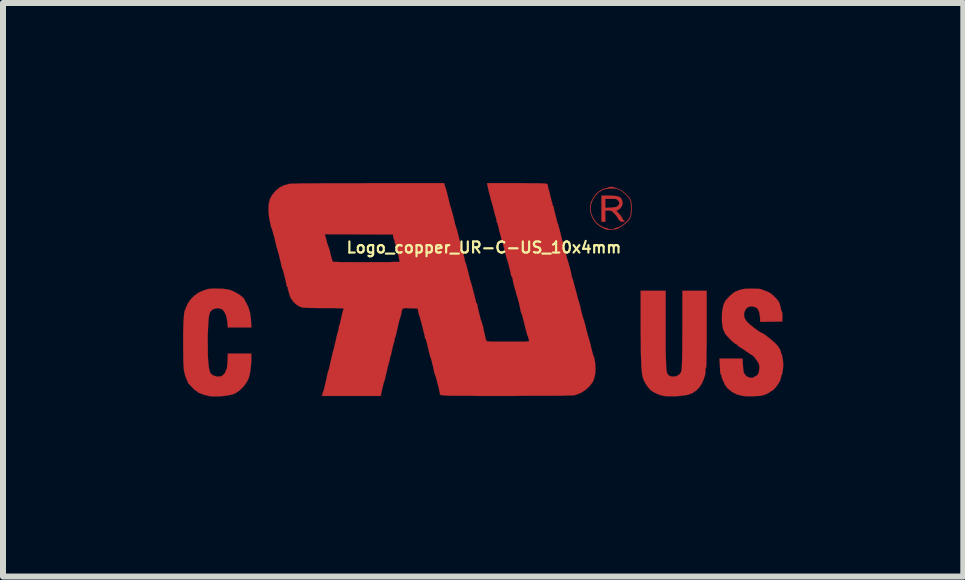
<source format=kicad_pcb>
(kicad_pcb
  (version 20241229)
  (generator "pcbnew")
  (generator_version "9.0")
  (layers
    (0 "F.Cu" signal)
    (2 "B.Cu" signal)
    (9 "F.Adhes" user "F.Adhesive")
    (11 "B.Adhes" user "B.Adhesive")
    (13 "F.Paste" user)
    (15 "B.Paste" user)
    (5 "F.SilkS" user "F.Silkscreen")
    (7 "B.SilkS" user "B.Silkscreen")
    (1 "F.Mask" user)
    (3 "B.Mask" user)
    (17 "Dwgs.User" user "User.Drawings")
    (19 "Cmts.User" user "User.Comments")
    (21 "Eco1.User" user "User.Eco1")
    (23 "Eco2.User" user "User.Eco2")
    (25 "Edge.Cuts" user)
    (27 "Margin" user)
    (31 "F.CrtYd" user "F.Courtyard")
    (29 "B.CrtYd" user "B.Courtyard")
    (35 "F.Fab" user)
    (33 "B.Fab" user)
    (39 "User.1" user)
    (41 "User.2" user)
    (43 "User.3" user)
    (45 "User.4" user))
  (footprint "Logo_copper_UR-C-US_10x4mm"
    (layer "F.Cu")
    (at 5.013 1.774)
    (property "Reference" "Logo_copper_UR-C-US_10x4mm" (at 0 -0.7 0) (layer "F.SilkS") (effects (font (size 0.185 0.185) (thickness 0.036))))
    (attr exclude_from_pos_files exclude_from_bom)
    (fp_poly (pts (xy 2.342 -1.138) (xy 2.334 -1.13) (xy 2.314 -1.13) (xy 2.289 -1.133) (xy 2.268 -1.143) (xy 2.261 -1.148) (xy 2.243 -1.171) (xy 2.228 -1.196) (xy 2.212 -1.222) (xy 2.187 -1.252) (xy 2.169 -1.27) (xy 2.144 -1.295) (xy 2.123 -1.311) (xy 2.101 -1.316) (xy 2.075 -1.316) (xy 2.022 -1.316) (xy 2.022 -1.222) (xy 2.022 -1.128) (xy 1.989 -1.128) (xy 1.958 -1.128) (xy 1.958 -1.346) (xy 1.958 -1.565) (xy 2.083 -1.565) (xy 2.154 -1.562) (xy 2.205 -1.557) (xy 2.243 -1.549) (xy 2.271 -1.534) (xy 2.289 -1.514) (xy 2.294 -1.504) (xy 2.311 -1.455) (xy 2.306 -1.407) (xy 2.281 -1.364) (xy 2.258 -1.341) (xy 2.258 -1.433) (xy 2.25 -1.463) (xy 2.233 -1.486) (xy 2.22 -1.499) (xy 2.205 -1.506) (xy 2.184 -1.511) (xy 2.154 -1.511) (xy 2.116 -1.511) (xy 2.022 -1.511) (xy 2.022 -1.438) (xy 2.022 -1.361) (xy 2.103 -1.364) (xy 2.146 -1.367) (xy 2.182 -1.372) (xy 2.207 -1.377) (xy 2.21 -1.379) (xy 2.243 -1.405) (xy 2.258 -1.433) (xy 2.258 -1.341) (xy 2.256 -1.341) (xy 2.23 -1.323) (xy 2.225 -1.321) (xy 2.212 -1.318) (xy 2.21 -1.311) (xy 2.217 -1.298) (xy 2.238 -1.275) (xy 2.243 -1.273) (xy 2.271 -1.24) (xy 2.294 -1.206) (xy 2.304 -1.189) (xy 2.316 -1.163) (xy 2.329 -1.151) (xy 2.332 -1.151) (xy 2.342 -1.14) (xy 2.342 -1.138)) (stroke (width 0.003) (type solid)) (fill yes) (layer "F.Cu"))
    (fp_poly (pts (xy 3.711 0.658) (xy 3.711 0.805) (xy 3.711 0.932) (xy 3.708 1.039) (xy 3.708 1.128) (xy 3.706 1.196) (xy 3.706 1.247) (xy 3.703 1.283) (xy 3.701 1.298) (xy 3.701 1.3) (xy 3.693 1.313) (xy 3.691 1.341) (xy 3.691 1.351) (xy 3.691 1.382) (xy 3.688 1.405) (xy 3.688 1.41) (xy 3.683 1.427) (xy 3.673 1.458) (xy 3.663 1.491) (xy 3.632 1.565) (xy 3.586 1.633) (xy 3.546 1.674) (xy 3.526 1.692) (xy 3.51 1.699) (xy 3.498 1.707) (xy 3.49 1.714) (xy 3.475 1.725) (xy 3.444 1.737) (xy 3.406 1.75) (xy 3.399 1.753) (xy 3.348 1.763) (xy 3.279 1.77) (xy 3.205 1.778) (xy 3.129 1.778) (xy 3.058 1.778) (xy 2.997 1.773) (xy 2.99 1.77) (xy 2.934 1.758) (xy 2.873 1.732) (xy 2.814 1.702) (xy 2.774 1.671) (xy 2.733 1.626) (xy 2.695 1.57) (xy 2.664 1.511) (xy 2.647 1.463) (xy 2.639 1.43) (xy 2.634 1.394) (xy 2.629 1.351) (xy 2.624 1.298) (xy 2.621 1.237) (xy 2.619 1.166) (xy 2.616 1.079) (xy 2.614 0.98) (xy 2.614 0.864) (xy 2.611 0.729) (xy 2.611 0.597) (xy 2.611 0.02) (xy 2.819 0.02) (xy 3.028 0.02) (xy 3.028 0.627) (xy 3.028 0.775) (xy 3.028 0.902) (xy 3.028 1.011) (xy 3.03 1.102) (xy 3.033 1.181) (xy 3.035 1.245) (xy 3.038 1.295) (xy 3.04 1.336) (xy 3.045 1.367) (xy 3.051 1.389) (xy 3.056 1.402) (xy 3.058 1.407) (xy 3.086 1.435) (xy 3.127 1.45) (xy 3.172 1.45) (xy 3.216 1.44) (xy 3.254 1.415) (xy 3.256 1.412) (xy 3.274 1.392) (xy 3.287 1.367) (xy 3.294 1.331) (xy 3.297 1.311) (xy 3.297 1.285) (xy 3.299 1.245) (xy 3.302 1.186) (xy 3.302 1.113) (xy 3.305 1.026) (xy 3.305 0.932) (xy 3.305 0.828) (xy 3.307 0.719) (xy 3.307 0.627) (xy 3.307 0.02) (xy 3.508 0.02) (xy 3.711 0.02) (xy 3.711 0.658)) (stroke (width 0.003) (type solid)) (fill yes) (layer "F.Cu"))
    (fp_poly (pts (xy 2.461 -1.356) (xy 2.459 -1.285) (xy 2.451 -1.229) (xy 2.451 -1.344) (xy 2.451 -1.351) (xy 2.449 -1.402) (xy 2.449 -1.44) (xy 2.443 -1.466) (xy 2.436 -1.486) (xy 2.426 -1.509) (xy 2.423 -1.514) (xy 2.393 -1.554) (xy 2.349 -1.595) (xy 2.301 -1.636) (xy 2.256 -1.664) (xy 2.248 -1.666) (xy 2.207 -1.679) (xy 2.154 -1.684) (xy 2.093 -1.684) (xy 2.035 -1.676) (xy 1.986 -1.664) (xy 1.974 -1.659) (xy 1.908 -1.618) (xy 1.854 -1.562) (xy 1.811 -1.491) (xy 1.783 -1.412) (xy 1.775 -1.341) (xy 1.788 -1.267) (xy 1.819 -1.196) (xy 1.862 -1.128) (xy 1.88 -1.11) (xy 1.913 -1.082) (xy 1.953 -1.057) (xy 1.994 -1.036) (xy 2.027 -1.026) (xy 2.035 -1.026) (xy 2.057 -1.021) (xy 2.068 -1.013) (xy 2.08 -1.008) (xy 2.108 -1.006) (xy 2.118 -1.003) (xy 2.149 -1.006) (xy 2.167 -1.011) (xy 2.172 -1.013) (xy 2.184 -1.024) (xy 2.2 -1.026) (xy 2.235 -1.034) (xy 2.276 -1.054) (xy 2.322 -1.085) (xy 2.365 -1.123) (xy 2.403 -1.161) (xy 2.423 -1.191) (xy 2.436 -1.214) (xy 2.443 -1.234) (xy 2.446 -1.26) (xy 2.449 -1.295) (xy 2.451 -1.344) (xy 2.451 -1.229) (xy 2.433 -1.184) (xy 2.405 -1.146) (xy 2.365 -1.105) (xy 2.309 -1.064) (xy 2.294 -1.054) (xy 2.256 -1.029) (xy 2.228 -1.013) (xy 2.2 -1.006) (xy 2.167 -1.001) (xy 2.144 -1.001) (xy 2.103 -0.998) (xy 2.068 -0.998) (xy 2.042 -1.001) (xy 2.007 -1.013) (xy 1.961 -1.036) (xy 1.915 -1.067) (xy 1.877 -1.097) (xy 1.862 -1.113) (xy 1.824 -1.163) (xy 1.793 -1.227) (xy 1.773 -1.293) (xy 1.768 -1.318) (xy 1.768 -1.384) (xy 1.783 -1.453) (xy 1.816 -1.521) (xy 1.859 -1.585) (xy 1.877 -1.603) (xy 1.918 -1.636) (xy 1.961 -1.664) (xy 2.004 -1.681) (xy 2.04 -1.689) (xy 2.06 -1.694) (xy 2.068 -1.699) (xy 2.083 -1.707) (xy 2.108 -1.709) (xy 2.139 -1.709) (xy 2.167 -1.704) (xy 2.174 -1.699) (xy 2.195 -1.692) (xy 2.225 -1.681) (xy 2.233 -1.679) (xy 2.268 -1.664) (xy 2.309 -1.638) (xy 2.352 -1.603) (xy 2.393 -1.565) (xy 2.426 -1.529) (xy 2.438 -1.509) (xy 2.449 -1.486) (xy 2.454 -1.46) (xy 2.459 -1.425) (xy 2.461 -1.379) (xy 2.461 -1.356)) (stroke (width 0.003) (type solid)) (fill yes) (layer "F.Cu"))
    (fp_poly (pts (xy -3.873 0.632) (xy -4.072 0.632) (xy -4.267 0.632) (xy -4.275 0.544) (xy -4.285 0.472) (xy -4.305 0.411) (xy -4.331 0.363) (xy -4.361 0.33) (xy -4.379 0.323) (xy -4.432 0.31) (xy -4.483 0.318) (xy -4.526 0.335) (xy -4.557 0.371) (xy -4.567 0.386) (xy -4.577 0.424) (xy -4.587 0.483) (xy -4.592 0.559) (xy -4.597 0.65) (xy -4.602 0.759) (xy -4.602 0.869) (xy -4.6 0.993) (xy -4.6 1.1) (xy -4.595 1.189) (xy -4.587 1.26) (xy -4.58 1.318) (xy -4.569 1.359) (xy -4.557 1.389) (xy -4.547 1.405) (xy -4.506 1.433) (xy -4.455 1.45) (xy -4.404 1.45) (xy -4.374 1.443) (xy -4.346 1.425) (xy -4.321 1.397) (xy -4.305 1.372) (xy -4.303 1.356) (xy -4.295 1.339) (xy -4.29 1.333) (xy -4.285 1.323) (xy -4.28 1.293) (xy -4.275 1.245) (xy -4.272 1.199) (xy -4.267 1.067) (xy -4.072 1.067) (xy -3.876 1.067) (xy -3.876 1.163) (xy -3.879 1.234) (xy -3.886 1.308) (xy -3.896 1.379) (xy -3.909 1.443) (xy -3.919 1.476) (xy -3.955 1.547) (xy -4.003 1.613) (xy -4.064 1.674) (xy -4.13 1.722) (xy -4.145 1.73) (xy -4.186 1.745) (xy -4.244 1.76) (xy -4.31 1.77) (xy -4.381 1.778) (xy -4.455 1.781) (xy -4.521 1.781) (xy -4.577 1.775) (xy -4.592 1.77) (xy -4.641 1.76) (xy -4.686 1.745) (xy -4.727 1.73) (xy -4.757 1.717) (xy -4.773 1.704) (xy -4.785 1.692) (xy -4.793 1.689) (xy -4.806 1.681) (xy -4.829 1.664) (xy -4.854 1.638) (xy -4.882 1.608) (xy -4.907 1.58) (xy -4.928 1.557) (xy -4.935 1.544) (xy -4.938 1.532) (xy -4.948 1.506) (xy -4.953 1.496) (xy -4.963 1.471) (xy -4.971 1.453) (xy -4.971 1.45) (xy -4.976 1.438) (xy -4.978 1.43) (xy -4.986 1.402) (xy -4.994 1.367) (xy -5.001 1.321) (xy -5.004 1.262) (xy -5.009 1.189) (xy -5.009 1.102) (xy -5.011 0.996) (xy -5.011 0.886) (xy -5.011 0.754) (xy -5.009 0.643) (xy -5.006 0.549) (xy -5.001 0.472) (xy -4.996 0.414) (xy -4.991 0.371) (xy -4.981 0.343) (xy -4.978 0.338) (xy -4.971 0.323) (xy -4.971 0.32) (xy -4.95 0.267) (xy -4.917 0.208) (xy -4.874 0.15) (xy -4.823 0.102) (xy -4.773 0.064) (xy -4.755 0.053) (xy -4.704 0.03) (xy -4.666 0.013) (xy -4.641 0.005) (xy -4.638 0.003) (xy -4.62 0) (xy -4.608 -0.005) (xy -4.587 -0.01) (xy -4.552 -0.013) (xy -4.506 -0.015) (xy -4.455 -0.015) (xy -4.402 -0.013) (xy -4.356 -0.013) (xy -4.315 -0.008) (xy -4.288 -0.005) (xy -4.28 0) (xy -4.262 0.003) (xy -4.257 0.003) (xy -4.244 0) (xy -4.227 0.008) (xy -4.204 0.018) (xy -4.171 0.033) (xy -4.143 0.046) (xy -4.11 0.064) (xy -4.074 0.086) (xy -4.039 0.112) (xy -4.011 0.137) (xy -3.993 0.157) (xy -3.99 0.165) (xy -3.985 0.178) (xy -3.973 0.203) (xy -3.957 0.229) (xy -3.922 0.302) (xy -3.896 0.394) (xy -3.881 0.5) (xy -3.881 0.526) (xy -3.873 0.632)) (stroke (width 0.003) (type solid)) (fill yes) (layer "F.Cu"))
    (fp_poly (pts (xy 4.986 1.273) (xy 4.983 1.308) (xy 4.981 1.336) (xy 4.978 1.351) (xy 4.971 1.364) (xy 4.973 1.382) (xy 4.973 1.402) (xy 4.966 1.412) (xy 4.956 1.427) (xy 4.956 1.44) (xy 4.95 1.46) (xy 4.943 1.491) (xy 4.933 1.519) (xy 4.915 1.552) (xy 4.892 1.587) (xy 4.864 1.626) (xy 4.836 1.656) (xy 4.813 1.679) (xy 4.796 1.689) (xy 4.793 1.689) (xy 4.778 1.697) (xy 4.77 1.704) (xy 4.757 1.714) (xy 4.729 1.73) (xy 4.694 1.745) (xy 4.691 1.748) (xy 4.656 1.76) (xy 4.62 1.768) (xy 4.585 1.773) (xy 4.536 1.775) (xy 4.488 1.778) (xy 4.432 1.778) (xy 4.381 1.778) (xy 4.338 1.775) (xy 4.313 1.773) (xy 4.216 1.748) (xy 4.135 1.707) (xy 4.069 1.654) (xy 4.039 1.621) (xy 4.018 1.59) (xy 3.998 1.549) (xy 3.98 1.509) (xy 3.965 1.471) (xy 3.96 1.443) (xy 3.96 1.44) (xy 3.955 1.422) (xy 3.947 1.417) (xy 3.942 1.405) (xy 3.937 1.374) (xy 3.934 1.328) (xy 3.932 1.283) (xy 3.924 1.151) (xy 4.117 1.151) (xy 4.308 1.151) (xy 4.315 1.257) (xy 4.318 1.306) (xy 4.323 1.346) (xy 4.328 1.379) (xy 4.333 1.389) (xy 4.351 1.417) (xy 4.369 1.44) (xy 4.387 1.453) (xy 4.397 1.455) (xy 4.407 1.458) (xy 4.409 1.46) (xy 4.425 1.468) (xy 4.448 1.471) (xy 4.473 1.471) (xy 4.493 1.466) (xy 4.498 1.46) (xy 4.508 1.45) (xy 4.524 1.445) (xy 4.549 1.43) (xy 4.567 1.412) (xy 4.58 1.379) (xy 4.587 1.336) (xy 4.59 1.288) (xy 4.585 1.25) (xy 4.582 1.242) (xy 4.572 1.222) (xy 4.554 1.191) (xy 4.531 1.161) (xy 4.508 1.13) (xy 4.488 1.107) (xy 4.475 1.097) (xy 4.465 1.092) (xy 4.44 1.077) (xy 4.407 1.054) (xy 4.387 1.041) (xy 4.348 1.013) (xy 4.31 0.988) (xy 4.282 0.97) (xy 4.272 0.965) (xy 4.247 0.95) (xy 4.229 0.932) (xy 4.229 0.93) (xy 4.214 0.914) (xy 4.201 0.912) (xy 4.188 0.904) (xy 4.166 0.886) (xy 4.133 0.859) (xy 4.1 0.826) (xy 4.061 0.785) (xy 4.034 0.754) (xy 4.016 0.729) (xy 4.003 0.699) (xy 3.99 0.668) (xy 3.978 0.63) (xy 3.973 0.594) (xy 3.967 0.554) (xy 3.965 0.5) (xy 3.965 0.47) (xy 3.967 0.389) (xy 3.975 0.325) (xy 3.988 0.269) (xy 4.008 0.216) (xy 4.013 0.206) (xy 4.031 0.178) (xy 4.061 0.145) (xy 4.097 0.107) (xy 4.135 0.074) (xy 4.168 0.048) (xy 4.194 0.033) (xy 4.224 0.023) (xy 4.244 0.013) (xy 4.267 0.005) (xy 4.275 0.003) (xy 4.293 0) (xy 4.308 -0.005) (xy 4.326 -0.008) (xy 4.361 -0.013) (xy 4.407 -0.013) (xy 4.458 -0.015) (xy 4.508 -0.013) (xy 4.557 -0.013) (xy 4.595 -0.01) (xy 4.615 -0.005) (xy 4.618 -0.005) (xy 4.638 0) (xy 4.643 0.005) (xy 4.663 0.013) (xy 4.696 0.025) (xy 4.729 0.038) (xy 4.75 0.048) (xy 4.78 0.066) (xy 4.816 0.097) (xy 4.854 0.132) (xy 4.887 0.17) (xy 4.912 0.203) (xy 4.917 0.213) (xy 4.928 0.239) (xy 4.938 0.277) (xy 4.945 0.31) (xy 4.953 0.345) (xy 4.963 0.371) (xy 4.968 0.384) (xy 4.971 0.396) (xy 4.973 0.424) (xy 4.973 0.46) (xy 4.971 0.533) (xy 4.785 0.536) (xy 4.602 0.538) (xy 4.602 0.483) (xy 4.597 0.439) (xy 4.59 0.394) (xy 4.585 0.373) (xy 4.569 0.338) (xy 4.554 0.315) (xy 4.529 0.297) (xy 4.481 0.282) (xy 4.432 0.282) (xy 4.389 0.3) (xy 4.359 0.333) (xy 4.338 0.378) (xy 4.333 0.422) (xy 4.338 0.457) (xy 4.354 0.495) (xy 4.381 0.536) (xy 4.425 0.577) (xy 4.483 0.625) (xy 4.552 0.676) (xy 4.585 0.699) (xy 4.613 0.716) (xy 4.63 0.724) (xy 4.646 0.732) (xy 4.671 0.747) (xy 4.707 0.772) (xy 4.745 0.803) (xy 4.783 0.833) (xy 4.818 0.864) (xy 4.849 0.889) (xy 4.854 0.897) (xy 4.889 0.932) (xy 4.917 0.973) (xy 4.938 1.008) (xy 4.945 1.036) (xy 4.945 1.039) (xy 4.95 1.057) (xy 4.961 1.082) (xy 4.971 1.11) (xy 4.973 1.13) (xy 4.973 1.151) (xy 4.976 1.156) (xy 4.981 1.168) (xy 4.983 1.196) (xy 4.986 1.232) (xy 4.986 1.273)) (stroke (width 0.003) (type solid)) (fill yes) (layer "F.Cu"))
    (fp_poly (pts (xy 1.859 1.313) (xy 1.854 1.407) (xy 1.834 1.488) (xy 1.814 1.539) (xy 1.76 1.61) (xy 1.694 1.671) (xy 1.618 1.72) (xy 1.537 1.753) (xy 1.496 1.763) (xy 1.476 1.763) (xy 1.435 1.765) (xy 1.377 1.765) (xy 1.3 1.768) (xy 1.206 1.768) (xy 1.097 1.77) (xy 0.973 1.77) (xy 0.836 1.77) (xy 0.686 1.77) (xy 0.523 1.773) (xy 0.363 1.773) (xy 0.188 1.773) (xy 0.033 1.773) (xy -0.102 1.773) (xy -0.221 1.77) (xy -0.325 1.77) (xy -0.414 1.77) (xy -0.488 1.77) (xy -0.551 1.768) (xy -0.602 1.768) (xy -0.643 1.765) (xy -0.673 1.763) (xy -0.696 1.76) (xy -0.714 1.758) (xy -0.724 1.753) (xy -0.732 1.75) (xy -0.734 1.745) (xy -0.734 1.737) (xy -0.734 1.732) (xy -0.737 1.712) (xy -0.744 1.679) (xy -0.754 1.636) (xy -0.767 1.585) (xy -0.78 1.534) (xy -0.792 1.488) (xy -0.803 1.45) (xy -0.813 1.427) (xy -0.813 1.422) (xy -0.823 1.397) (xy -0.828 1.379) (xy -0.831 1.361) (xy -0.838 1.328) (xy -0.846 1.288) (xy -0.859 1.242) (xy -0.869 1.196) (xy -0.879 1.158) (xy -0.889 1.133) (xy -0.892 1.123) (xy -0.899 1.102) (xy -0.909 1.064) (xy -0.922 1.011) (xy -0.937 0.947) (xy -0.953 0.879) (xy -0.953 0.876) (xy -0.963 0.846) (xy -0.97 0.823) (xy -0.975 0.818) (xy -0.983 0.81) (xy -0.983 0.8) (xy -0.986 0.775) (xy -0.988 0.767) (xy -0.991 0.749) (xy -1.001 0.719) (xy -1.011 0.676) (xy -1.021 0.632) (xy -1.034 0.584) (xy -1.044 0.541) (xy -1.054 0.513) (xy -1.059 0.5) (xy -1.064 0.483) (xy -1.062 0.478) (xy -1.062 0.465) (xy -1.064 0.465) (xy -1.072 0.452) (xy -1.079 0.427) (xy -1.087 0.391) (xy -1.09 0.389) (xy -1.105 0.315) (xy -1.229 0.312) (xy -1.283 0.31) (xy -1.318 0.31) (xy -1.344 0.315) (xy -1.356 0.325) (xy -1.367 0.345) (xy -1.372 0.376) (xy -1.379 0.409) (xy -1.387 0.442) (xy -1.394 0.467) (xy -1.394 0.47) (xy -1.394 -0.462) (xy -1.407 -0.475) (xy -1.41 -0.483) (xy -1.412 -0.5) (xy -1.417 -0.533) (xy -1.427 -0.577) (xy -1.44 -0.625) (xy -1.453 -0.673) (xy -1.463 -0.716) (xy -1.473 -0.749) (xy -1.481 -0.77) (xy -1.483 -0.772) (xy -1.488 -0.792) (xy -1.488 -0.803) (xy -1.486 -0.815) (xy -1.491 -0.818) (xy -1.496 -0.828) (xy -1.504 -0.851) (xy -1.509 -0.866) (xy -1.516 -0.917) (xy -2.085 -0.919) (xy -2.652 -0.922) (xy -2.624 -0.82) (xy -2.614 -0.777) (xy -2.601 -0.742) (xy -2.593 -0.719) (xy -2.591 -0.714) (xy -2.586 -0.701) (xy -2.578 -0.676) (xy -2.57 -0.653) (xy -2.56 -0.607) (xy -2.548 -0.556) (xy -2.543 -0.538) (xy -2.532 -0.505) (xy -2.525 -0.478) (xy -2.522 -0.467) (xy -2.517 -0.465) (xy -2.504 -0.462) (xy -2.479 -0.46) (xy -2.443 -0.46) (xy -2.393 -0.457) (xy -2.329 -0.457) (xy -2.25 -0.457) (xy -2.154 -0.455) (xy -2.04 -0.455) (xy -1.951 -0.455) (xy -1.844 -0.457) (xy -1.745 -0.457) (xy -1.656 -0.457) (xy -1.575 -0.457) (xy -1.509 -0.46) (xy -1.455 -0.46) (xy -1.417 -0.46) (xy -1.397 -0.462) (xy -1.394 -0.462) (xy -1.394 0.47) (xy -1.4 0.475) (xy -1.402 0.488) (xy -1.41 0.516) (xy -1.42 0.556) (xy -1.433 0.607) (xy -1.44 0.643) (xy -1.453 0.696) (xy -1.463 0.744) (xy -1.473 0.782) (xy -1.481 0.805) (xy -1.486 0.81) (xy -1.491 0.823) (xy -1.488 0.831) (xy -1.488 0.851) (xy -1.491 0.856) (xy -1.496 0.869) (xy -1.504 0.897) (xy -1.516 0.94) (xy -1.527 0.988) (xy -1.529 0.993) (xy -1.539 1.044) (xy -1.549 1.087) (xy -1.56 1.118) (xy -1.565 1.133) (xy -1.57 1.148) (xy -1.567 1.156) (xy -1.567 1.176) (xy -1.572 1.184) (xy -1.577 1.199) (xy -1.587 1.229) (xy -1.598 1.273) (xy -1.61 1.323) (xy -1.615 1.346) (xy -1.628 1.402) (xy -1.641 1.45) (xy -1.648 1.488) (xy -1.656 1.514) (xy -1.659 1.519) (xy -1.664 1.537) (xy -1.674 1.57) (xy -1.684 1.613) (xy -1.689 1.631) (xy -1.699 1.676) (xy -1.707 1.714) (xy -1.714 1.742) (xy -1.714 1.748) (xy -1.72 1.773) (xy -2.207 1.773) (xy -2.697 1.773) (xy -2.69 1.737) (xy -2.682 1.712) (xy -2.675 1.694) (xy -2.67 1.681) (xy -2.662 1.651) (xy -2.652 1.608) (xy -2.639 1.554) (xy -2.626 1.499) (xy -2.614 1.44) (xy -2.606 1.4) (xy -2.598 1.372) (xy -2.591 1.354) (xy -2.591 1.351) (xy -2.586 1.339) (xy -2.578 1.308) (xy -2.568 1.267) (xy -2.558 1.214) (xy -2.55 1.186) (xy -2.537 1.13) (xy -2.527 1.079) (xy -2.517 1.041) (xy -2.51 1.016) (xy -2.507 1.011) (xy -2.502 0.993) (xy -2.494 0.96) (xy -2.484 0.914) (xy -2.471 0.861) (xy -2.466 0.838) (xy -2.454 0.782) (xy -2.441 0.734) (xy -2.431 0.696) (xy -2.423 0.671) (xy -2.423 0.665) (xy -2.416 0.645) (xy -2.418 0.635) (xy -2.418 0.622) (xy -2.416 0.617) (xy -2.41 0.602) (xy -2.4 0.572) (xy -2.39 0.531) (xy -2.38 0.483) (xy -2.377 0.475) (xy -2.367 0.427) (xy -2.357 0.384) (xy -2.347 0.351) (xy -2.342 0.335) (xy -2.337 0.32) (xy -2.339 0.318) (xy -2.349 0.315) (xy -2.38 0.312) (xy -2.426 0.312) (xy -2.484 0.31) (xy -2.553 0.31) (xy -2.629 0.31) (xy -2.659 0.31) (xy -2.741 0.31) (xy -2.817 0.307) (xy -2.888 0.307) (xy -2.946 0.305) (xy -2.992 0.302) (xy -3.023 0.3) (xy -3.025 0.3) (xy -3.081 0.279) (xy -3.134 0.244) (xy -3.183 0.193) (xy -3.221 0.137) (xy -3.244 0.076) (xy -3.249 0.053) (xy -3.256 0.025) (xy -3.261 0.008) (xy -3.264 0.005) (xy -3.269 -0.008) (xy -3.266 -0.02) (xy -3.266 -0.036) (xy -3.272 -0.041) (xy -3.282 -0.048) (xy -3.289 -0.071) (xy -3.289 -0.074) (xy -3.297 -0.114) (xy -3.307 -0.163) (xy -3.32 -0.213) (xy -3.332 -0.262) (xy -3.343 -0.302) (xy -3.35 -0.33) (xy -3.358 -0.345) (xy -3.365 -0.363) (xy -3.373 -0.389) (xy -3.373 -0.394) (xy -3.383 -0.442) (xy -3.396 -0.495) (xy -3.409 -0.549) (xy -3.421 -0.597) (xy -3.432 -0.635) (xy -3.439 -0.66) (xy -3.442 -0.668) (xy -3.447 -0.686) (xy -3.457 -0.719) (xy -3.467 -0.762) (xy -3.48 -0.815) (xy -3.482 -0.828) (xy -3.495 -0.881) (xy -3.51 -0.932) (xy -3.52 -0.97) (xy -3.528 -0.996) (xy -3.528 -0.998) (xy -3.546 -1.044) (xy -3.559 -1.105) (xy -3.574 -1.173) (xy -3.584 -1.242) (xy -3.589 -1.308) (xy -3.589 -1.346) (xy -3.584 -1.433) (xy -3.566 -1.504) (xy -3.533 -1.57) (xy -3.482 -1.631) (xy -3.475 -1.641) (xy -3.406 -1.699) (xy -3.33 -1.737) (xy -3.241 -1.76) (xy -3.221 -1.763) (xy -3.18 -1.765) (xy -3.119 -1.765) (xy -3.04 -1.768) (xy -2.944 -1.768) (xy -2.83 -1.768) (xy -2.697 -1.77) (xy -2.55 -1.77) (xy -2.388 -1.77) (xy -2.212 -1.77) (xy -2.019 -1.77) (xy -1.92 -1.773) (xy -0.663 -1.773) (xy -0.655 -1.742) (xy -0.648 -1.72) (xy -0.643 -1.704) (xy -0.638 -1.687) (xy -0.635 -1.684) (xy -0.632 -1.666) (xy -0.627 -1.659) (xy -0.625 -1.641) (xy -0.615 -1.61) (xy -0.605 -1.567) (xy -0.592 -1.516) (xy -0.589 -1.506) (xy -0.577 -1.455) (xy -0.566 -1.41) (xy -0.556 -1.374) (xy -0.549 -1.354) (xy -0.549 -1.351) (xy -0.541 -1.333) (xy -0.533 -1.3) (xy -0.521 -1.257) (xy -0.508 -1.206) (xy -0.505 -1.196) (xy -0.493 -1.146) (xy -0.483 -1.097) (xy -0.472 -1.062) (xy -0.465 -1.041) (xy -0.46 -1.024) (xy -0.45 -0.991) (xy -0.437 -0.945) (xy -0.424 -0.894) (xy -0.424 -0.889) (xy -0.411 -0.841) (xy -0.399 -0.795) (xy -0.389 -0.759) (xy -0.384 -0.742) (xy -0.384 -0.739) (xy -0.376 -0.721) (xy -0.368 -0.688) (xy -0.356 -0.648) (xy -0.345 -0.602) (xy -0.335 -0.559) (xy -0.325 -0.521) (xy -0.32 -0.493) (xy -0.32 -0.485) (xy -0.315 -0.47) (xy -0.305 -0.445) (xy -0.305 -0.442) (xy -0.297 -0.419) (xy -0.287 -0.381) (xy -0.274 -0.333) (xy -0.259 -0.279) (xy -0.259 -0.274) (xy -0.246 -0.221) (xy -0.234 -0.178) (xy -0.226 -0.142) (xy -0.221 -0.124) (xy -0.218 -0.122) (xy -0.213 -0.104) (xy -0.211 -0.097) (xy -0.206 -0.079) (xy -0.203 -0.071) (xy -0.198 -0.056) (xy -0.191 -0.023) (xy -0.18 0.015) (xy -0.17 0.056) (xy -0.157 0.104) (xy -0.147 0.145) (xy -0.14 0.173) (xy -0.137 0.185) (xy -0.132 0.208) (xy -0.132 0.213) (xy -0.127 0.226) (xy -0.124 0.226) (xy -0.114 0.236) (xy -0.112 0.244) (xy -0.109 0.259) (xy -0.104 0.292) (xy -0.094 0.335) (xy -0.084 0.381) (xy -0.071 0.429) (xy -0.061 0.472) (xy -0.051 0.508) (xy -0.043 0.528) (xy -0.041 0.533) (xy -0.036 0.546) (xy -0.028 0.577) (xy -0.015 0.617) (xy -0.005 0.671) (xy 0 0.693) (xy 0.013 0.747) (xy 0.023 0.795) (xy 0.033 0.831) (xy 0.041 0.853) (xy 0.043 0.856) (xy 0.051 0.861) (xy 0.069 0.864) (xy 0.099 0.866) (xy 0.142 0.869) (xy 0.203 0.869) (xy 0.279 0.869) (xy 0.373 0.869) (xy 0.404 0.869) (xy 0.5 0.869) (xy 0.577 0.869) (xy 0.635 0.869) (xy 0.681 0.869) (xy 0.711 0.866) (xy 0.734 0.864) (xy 0.744 0.861) (xy 0.752 0.859) (xy 0.752 0.853) (xy 0.752 0.851) (xy 0.747 0.828) (xy 0.739 0.803) (xy 0.732 0.777) (xy 0.724 0.762) (xy 0.719 0.747) (xy 0.711 0.719) (xy 0.701 0.676) (xy 0.688 0.625) (xy 0.683 0.61) (xy 0.671 0.559) (xy 0.66 0.513) (xy 0.65 0.478) (xy 0.645 0.457) (xy 0.645 0.455) (xy 0.638 0.434) (xy 0.638 0.429) (xy 0.632 0.414) (xy 0.622 0.389) (xy 0.615 0.366) (xy 0.61 0.351) (xy 0.607 0.333) (xy 0.602 0.302) (xy 0.592 0.262) (xy 0.582 0.216) (xy 0.569 0.17) (xy 0.559 0.132) (xy 0.551 0.107) (xy 0.549 0.097) (xy 0.541 0.079) (xy 0.533 0.046) (xy 0.521 0.003) (xy 0.508 -0.043) (xy 0.495 -0.091) (xy 0.485 -0.135) (xy 0.48 -0.17) (xy 0.475 -0.188) (xy 0.475 -0.191) (xy 0.472 -0.203) (xy 0.467 -0.206) (xy 0.462 -0.216) (xy 0.452 -0.239) (xy 0.447 -0.267) (xy 0.427 -0.351) (xy 0.411 -0.419) (xy 0.396 -0.47) (xy 0.386 -0.503) (xy 0.384 -0.513) (xy 0.376 -0.528) (xy 0.368 -0.564) (xy 0.356 -0.607) (xy 0.343 -0.658) (xy 0.34 -0.668) (xy 0.328 -0.719) (xy 0.318 -0.765) (xy 0.307 -0.8) (xy 0.3 -0.82) (xy 0.3 -0.823) (xy 0.292 -0.841) (xy 0.284 -0.874) (xy 0.272 -0.919) (xy 0.259 -0.97) (xy 0.257 -0.978) (xy 0.244 -1.029) (xy 0.234 -1.074) (xy 0.224 -1.107) (xy 0.216 -1.125) (xy 0.213 -1.125) (xy 0.208 -1.146) (xy 0.208 -1.153) (xy 0.211 -1.171) (xy 0.206 -1.176) (xy 0.201 -1.191) (xy 0.193 -1.219) (xy 0.18 -1.26) (xy 0.17 -1.306) (xy 0.157 -1.354) (xy 0.147 -1.394) (xy 0.14 -1.422) (xy 0.135 -1.435) (xy 0.13 -1.453) (xy 0.127 -1.455) (xy 0.124 -1.473) (xy 0.122 -1.481) (xy 0.117 -1.496) (xy 0.109 -1.527) (xy 0.099 -1.57) (xy 0.086 -1.618) (xy 0.074 -1.666) (xy 0.064 -1.714) (xy 0.056 -1.748) (xy 0.051 -1.773) (xy 0.544 -1.773) (xy 0.66 -1.773) (xy 0.757 -1.77) (xy 0.836 -1.77) (xy 0.902 -1.77) (xy 0.95 -1.768) (xy 0.988 -1.768) (xy 1.016 -1.765) (xy 1.034 -1.763) (xy 1.046 -1.76) (xy 1.052 -1.758) (xy 1.064 -1.737) (xy 1.067 -1.727) (xy 1.067 -1.707) (xy 1.069 -1.699) (xy 1.074 -1.684) (xy 1.082 -1.651) (xy 1.095 -1.61) (xy 1.102 -1.57) (xy 1.115 -1.524) (xy 1.125 -1.483) (xy 1.133 -1.455) (xy 1.138 -1.445) (xy 1.14 -1.427) (xy 1.14 -1.417) (xy 1.143 -1.402) (xy 1.148 -1.4) (xy 1.158 -1.389) (xy 1.161 -1.382) (xy 1.163 -1.364) (xy 1.168 -1.333) (xy 1.179 -1.29) (xy 1.191 -1.242) (xy 1.204 -1.194) (xy 1.214 -1.148) (xy 1.224 -1.115) (xy 1.232 -1.095) (xy 1.232 -1.092) (xy 1.24 -1.074) (xy 1.247 -1.041) (xy 1.26 -0.998) (xy 1.273 -0.947) (xy 1.275 -0.937) (xy 1.288 -0.886) (xy 1.298 -0.841) (xy 1.308 -0.808) (xy 1.313 -0.787) (xy 1.316 -0.787) (xy 1.321 -0.77) (xy 1.328 -0.739) (xy 1.341 -0.696) (xy 1.354 -0.645) (xy 1.356 -0.625) (xy 1.369 -0.574) (xy 1.382 -0.528) (xy 1.392 -0.495) (xy 1.397 -0.478) (xy 1.397 -0.475) (xy 1.402 -0.465) (xy 1.41 -0.437) (xy 1.42 -0.401) (xy 1.433 -0.358) (xy 1.443 -0.315) (xy 1.453 -0.274) (xy 1.458 -0.244) (xy 1.46 -0.226) (xy 1.466 -0.208) (xy 1.476 -0.183) (xy 1.483 -0.16) (xy 1.494 -0.122) (xy 1.506 -0.074) (xy 1.521 -0.02) (xy 1.527 0.005) (xy 1.542 0.058) (xy 1.554 0.109) (xy 1.565 0.15) (xy 1.572 0.175) (xy 1.575 0.18) (xy 1.58 0.198) (xy 1.59 0.231) (xy 1.603 0.274) (xy 1.613 0.328) (xy 1.615 0.335) (xy 1.628 0.389) (xy 1.641 0.434) (xy 1.651 0.47) (xy 1.656 0.49) (xy 1.659 0.49) (xy 1.664 0.508) (xy 1.674 0.541) (xy 1.687 0.587) (xy 1.699 0.638) (xy 1.699 0.643) (xy 1.712 0.693) (xy 1.725 0.737) (xy 1.732 0.772) (xy 1.74 0.792) (xy 1.745 0.81) (xy 1.755 0.843) (xy 1.768 0.886) (xy 1.781 0.94) (xy 1.783 0.953) (xy 1.796 1.003) (xy 1.808 1.049) (xy 1.816 1.082) (xy 1.824 1.102) (xy 1.831 1.118) (xy 1.839 1.148) (xy 1.847 1.189) (xy 1.852 1.212) (xy 1.859 1.313)) (stroke (width 0.003) (type solid)) (fill yes) (layer "F.Cu")))
  (gr_rect
    (start -3 -3)
    (end 13 6.556)
    (stroke (width 0.1) (type default))
    (fill no)
    (layer "Edge.Cuts")))
</source>
